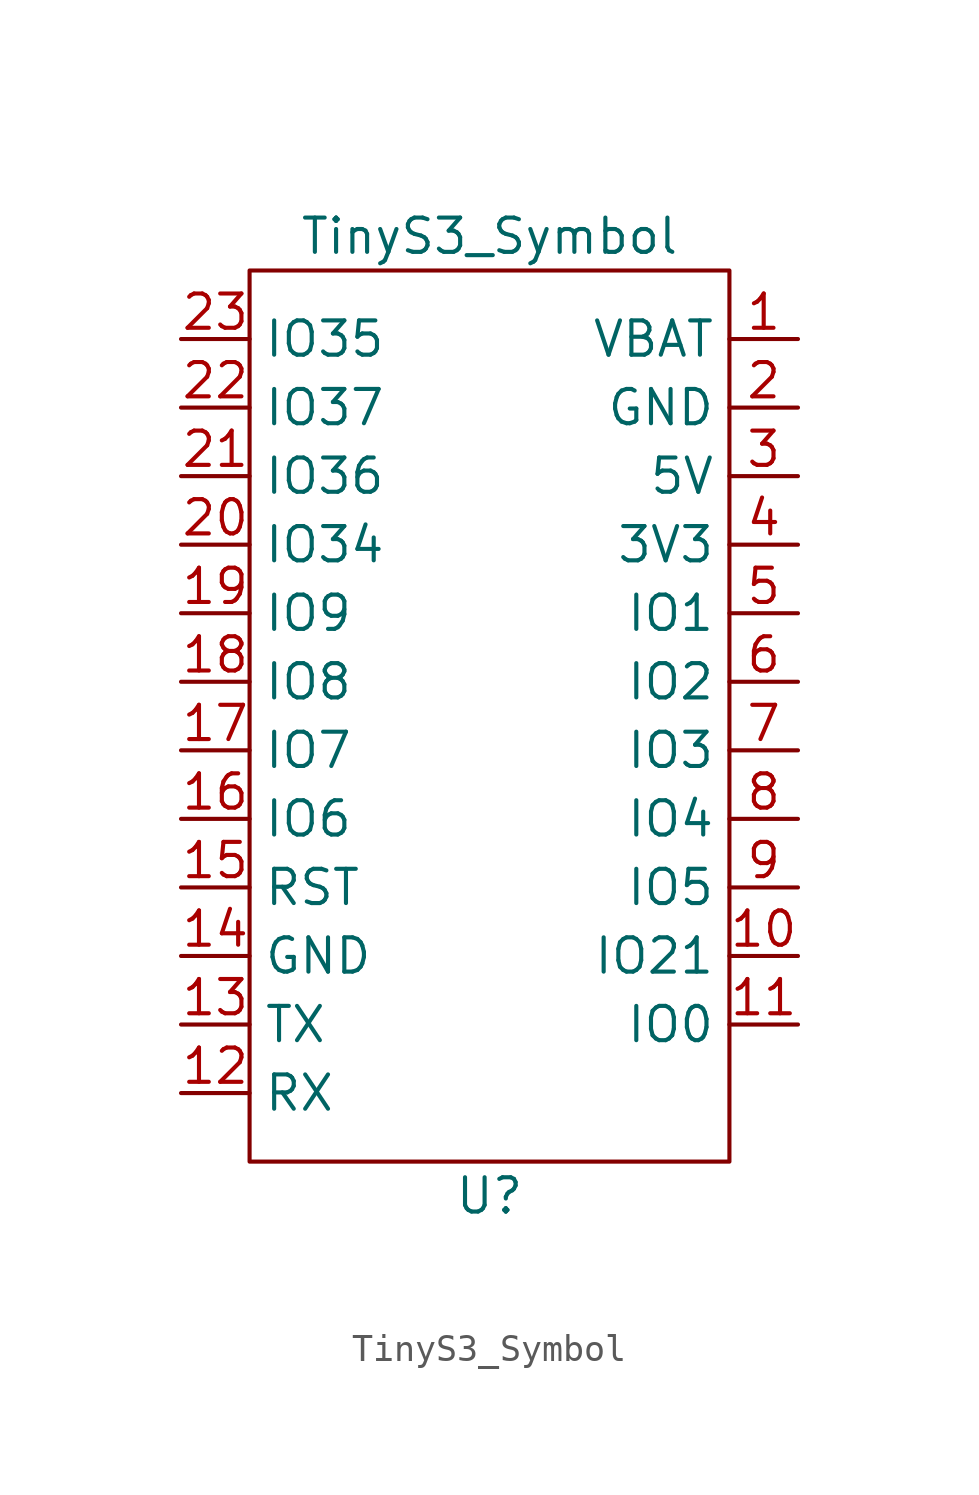
<source format=kicad_sym>
(kicad_symbol_lib
  (version 20220102)
  (generator kicad_symbol_editor)
  (symbol "TinyS3_Symbol"
    (property "Reference" "U"
      (at 0 -17.78 0)
      (effects (font (size 1.27 1.27))))
    (property "Value" "TinyS3_Symbol"
      (at 0 17.78 0)
      (effects (font (size 1.27 1.27))))
    (symbol "TinyS3_Symbol_0_1"
      (rectangle (start -8.89 16.51) (end 8.89 -16.51) (stroke (width 0.152) (type default)) (fill (type none))))
    (symbol "TinyS3_Symbol_1_1"
      (pin power_in line (at 11.43 13.97 180) (length 2.54) (name "VBAT" (effects (font (size 1.27 1.27)))) (number "1" (effects (font (size 1.27 1.27)))))
      (pin bidirectional line (at 11.43 -8.89 180) (length 2.54) (name "IO21" (effects (font (size 1.27 1.27)))) (number "10" (effects (font (size 1.27 1.27)))))
      (pin bidirectional line (at 11.43 -11.43 180) (length 2.54) (name "IO0" (effects (font (size 1.27 1.27)))) (number "11" (effects (font (size 1.27 1.27)))))
      (pin bidirectional line (at -11.43 -13.97 0) (length 2.54) (name "RX" (effects (font (size 1.27 1.27)))) (number "12" (effects (font (size 1.27 1.27)))))
      (pin bidirectional line (at -11.43 -11.43 0) (length 2.54) (name "TX" (effects (font (size 1.27 1.27)))) (number "13" (effects (font (size 1.27 1.27)))))
      (pin power_in line (at -11.43 -8.89 0) (length 2.54) (name "GND" (effects (font (size 1.27 1.27)))) (number "14" (effects (font (size 1.27 1.27)))))
      (pin input line (at -11.43 -6.35 0) (length 2.54) (name "RST" (effects (font (size 1.27 1.27)))) (number "15" (effects (font (size 1.27 1.27)))))
      (pin bidirectional line (at -11.43 -3.81 0) (length 2.54) (name "IO6" (effects (font (size 1.27 1.27)))) (number "16" (effects (font (size 1.27 1.27)))))
      (pin bidirectional line (at -11.43 -1.27 0) (length 2.54) (name "IO7" (effects (font (size 1.27 1.27)))) (number "17" (effects (font (size 1.27 1.27)))))
      (pin bidirectional line (at -11.43 1.27 0) (length 2.54) (name "IO8" (effects (font (size 1.27 1.27)))) (number "18" (effects (font (size 1.27 1.27)))))
      (pin bidirectional line (at -11.43 3.81 0) (length 2.54) (name "IO9" (effects (font (size 1.27 1.27)))) (number "19" (effects (font (size 1.27 1.27)))))
      (pin power_in line (at 11.43 11.43 180) (length 2.54) (name "GND" (effects (font (size 1.27 1.27)))) (number "2" (effects (font (size 1.27 1.27)))))
      (pin bidirectional line (at -11.43 6.35 0) (length 2.54) (name "IO34" (effects (font (size 1.27 1.27)))) (number "20" (effects (font (size 1.27 1.27)))))
      (pin bidirectional line (at -11.43 8.89 0) (length 2.54) (name "IO36" (effects (font (size 1.27 1.27)))) (number "21" (effects (font (size 1.27 1.27)))))
      (pin bidirectional line (at -11.43 11.43 0) (length 2.54) (name "IO37" (effects (font (size 1.27 1.27)))) (number "22" (effects (font (size 1.27 1.27)))))
      (pin bidirectional line (at -11.43 13.97 0) (length 2.54) (name "IO35" (effects (font (size 1.27 1.27)))) (number "23" (effects (font (size 1.27 1.27)))))
      (pin power_in line (at 11.43 8.89 180) (length 2.54) (name "5V" (effects (font (size 1.27 1.27)))) (number "3" (effects (font (size 1.27 1.27)))))
      (pin power_in line (at 11.43 6.35 180) (length 2.54) (name "3V3" (effects (font (size 1.27 1.27)))) (number "4" (effects (font (size 1.27 1.27)))))
      (pin bidirectional line (at 11.43 3.81 180) (length 2.54) (name "IO1" (effects (font (size 1.27 1.27)))) (number "5" (effects (font (size 1.27 1.27)))))
      (pin bidirectional line (at 11.43 1.27 180) (length 2.54) (name "IO2" (effects (font (size 1.27 1.27)))) (number "6" (effects (font (size 1.27 1.27)))))
      (pin bidirectional line (at 11.43 -1.27 180) (length 2.54) (name "IO3" (effects (font (size 1.27 1.27)))) (number "7" (effects (font (size 1.27 1.27)))))
      (pin bidirectional line (at 11.43 -3.81 180) (length 2.54) (name "IO4" (effects (font (size 1.27 1.27)))) (number "8" (effects (font (size 1.27 1.27)))))
      (pin bidirectional line (at 11.43 -6.35 180) (length 2.54) (name "IO5" (effects (font (size 1.27 1.27)))) (number "9" (effects (font (size 1.27 1.27))))))))
</source>
